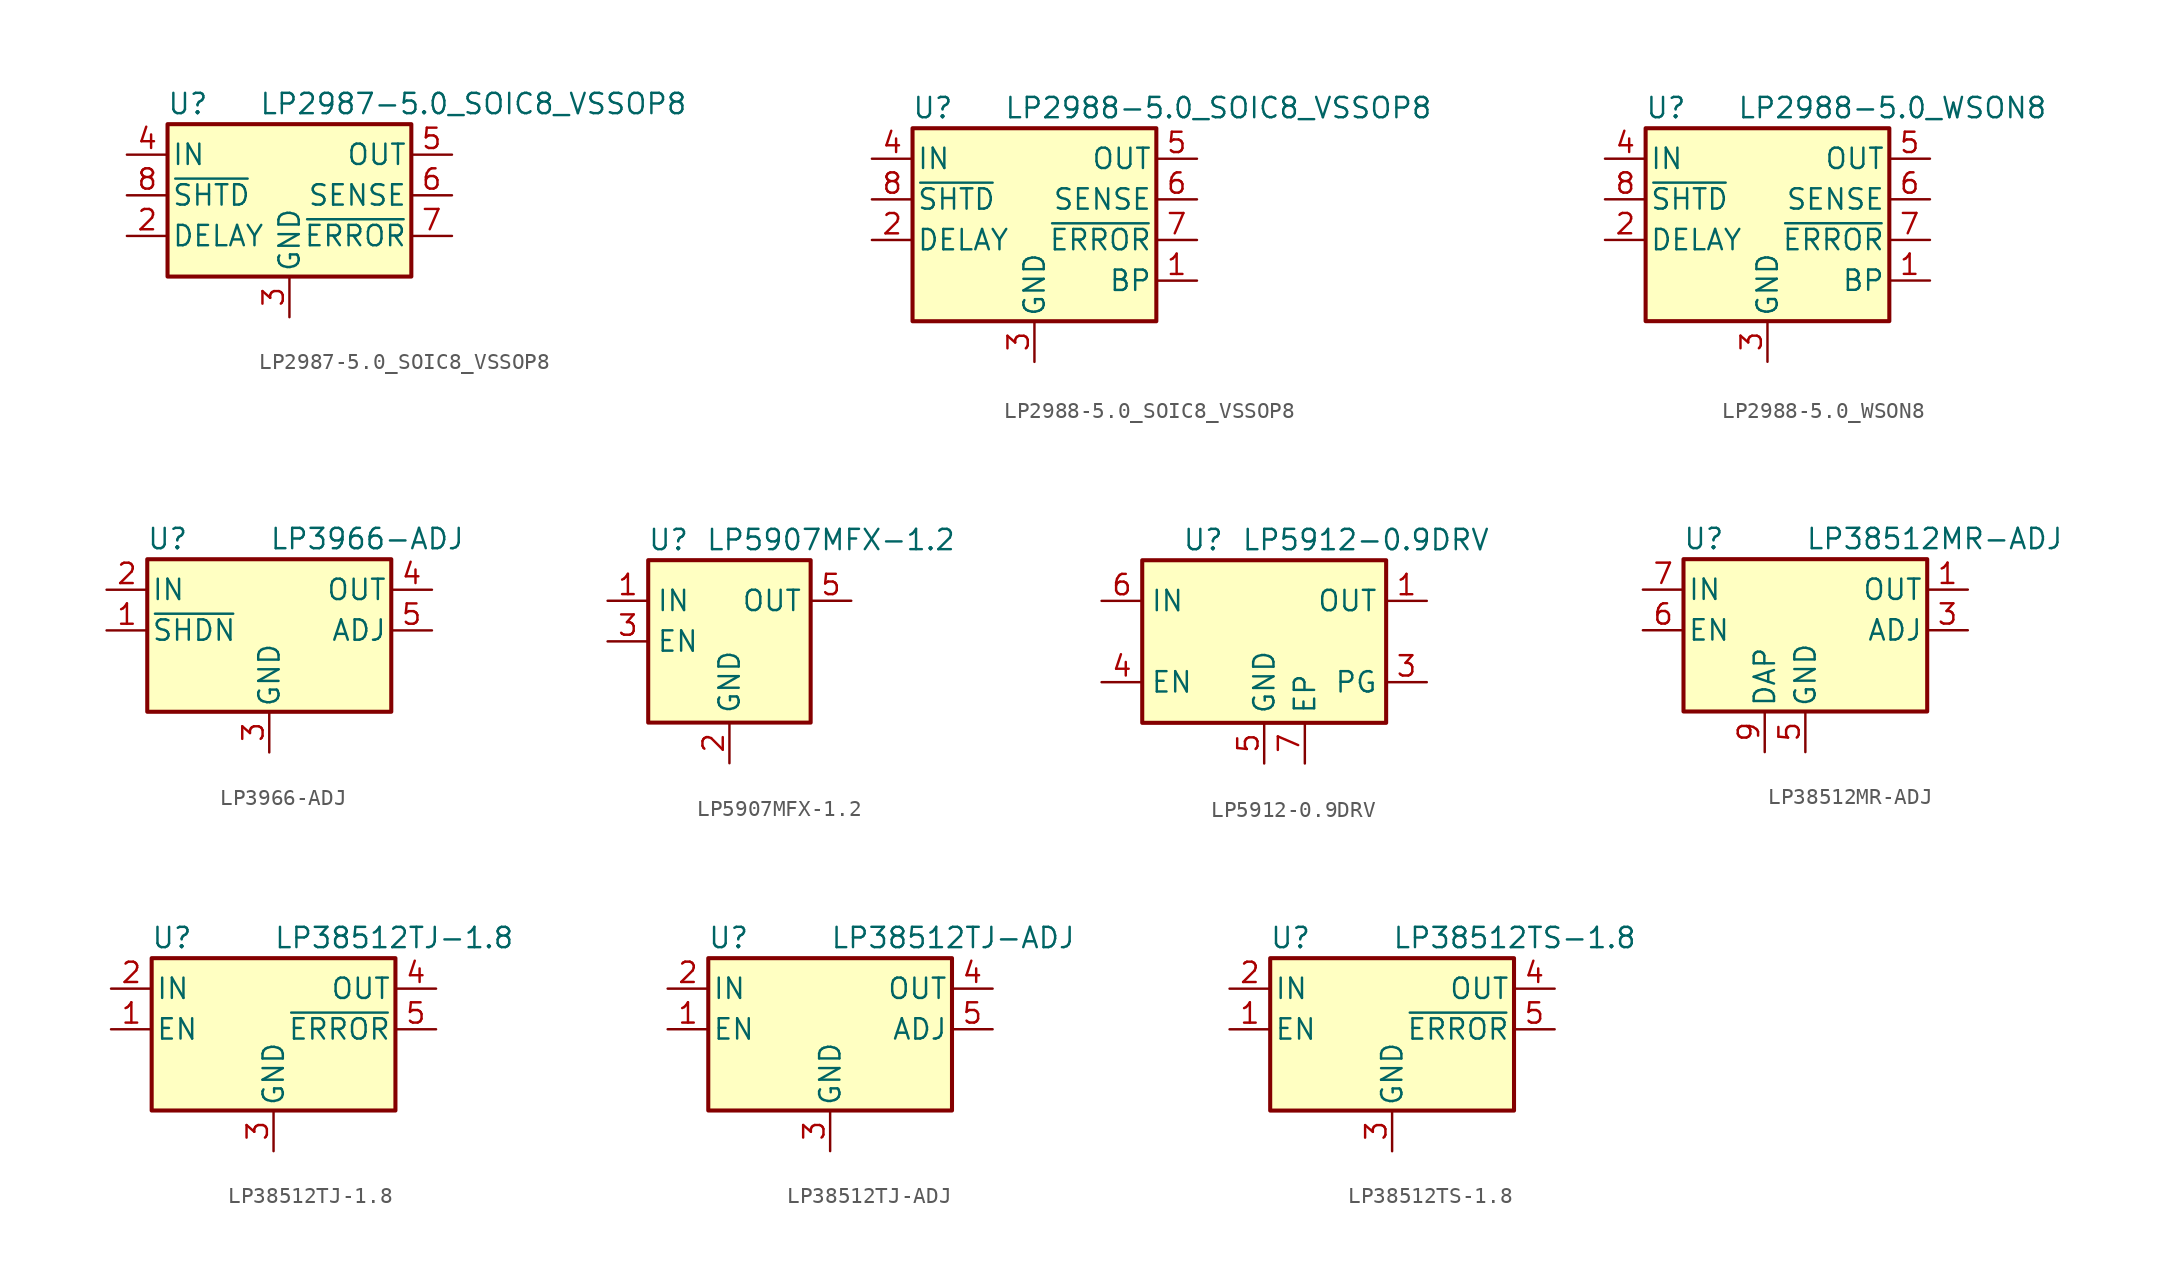
<source format=kicad_sym>
(kicad_symbol_lib
  (version 20211014)
  (generator kicad_symbol_editor)
  (symbol "LP2987-5.0_SOIC8_VSSOP8"
    (pin_names
      (offset 0.254))
    (property "Reference" "U"
      (at -6.35 5.715 0)
      (effects (font (size 1.27 1.27))))
    (property "Value" "LP2987-5.0_SOIC8_VSSOP8"
      (at -1.905 5.715 0)
      (effects (font (size 1.27 1.27)) (justify left)))
    (symbol "LP2987-5.0_SOIC8_VSSOP8_0_1"
      (rectangle (start -7.62 4.445) (end 7.62 -5.08) (stroke (width 0.254) (type default) (color 0 0 0 0)) (fill (type background))))
    (symbol "LP2987-5.0_SOIC8_VSSOP8_1_1"
      (pin no_connect line (at -2.54 -7.62 90) (length 2.54) hide (name "NC" (effects (font (size 1.27 1.27)))) (number "1" (effects (font (size 1.27 1.27)))))
      (pin passive line (at -10.16 -2.54 0) (length 2.54) (name "DELAY" (effects (font (size 1.27 1.27)))) (number "2" (effects (font (size 1.27 1.27)))))
      (pin power_in line (at 0 -7.62 90) (length 2.54) (name "GND" (effects (font (size 1.27 1.27)))) (number "3" (effects (font (size 1.27 1.27)))))
      (pin power_in line (at -10.16 2.54 0) (length 2.54) (name "IN" (effects (font (size 1.27 1.27)))) (number "4" (effects (font (size 1.27 1.27)))))
      (pin power_out line (at 10.16 2.54 180) (length 2.54) (name "OUT" (effects (font (size 1.27 1.27)))) (number "5" (effects (font (size 1.27 1.27)))))
      (pin input line (at 10.16 0 180) (length 2.54) (name "SENSE" (effects (font (size 1.27 1.27)))) (number "6" (effects (font (size 1.27 1.27)))))
      (pin output line (at 10.16 -2.54 180) (length 2.54) (name "~{ERROR}" (effects (font (size 1.27 1.27)))) (number "7" (effects (font (size 1.27 1.27)))))
      (pin input line (at -10.16 0 0) (length 2.54) (name "~{SHTD}" (effects (font (size 1.27 1.27)))) (number "8" (effects (font (size 1.27 1.27)))))))
  (symbol "LP2988-5.0_SOIC8_VSSOP8"
    (pin_names
      (offset 0.254))
    (property "Reference" "U"
      (at -6.35 5.715 0)
      (effects (font (size 1.27 1.27))))
    (property "Value" "LP2988-5.0_SOIC8_VSSOP8"
      (at -1.905 5.715 0)
      (effects (font (size 1.27 1.27)) (justify left)))
    (symbol "LP2988-5.0_SOIC8_VSSOP8_0_1"
      (rectangle (start -7.62 4.445) (end 7.62 -7.62) (stroke (width 0.254) (type default) (color 0 0 0 0)) (fill (type background))))
    (symbol "LP2988-5.0_SOIC8_VSSOP8_1_1"
      (pin passive line (at 10.16 -5.08 180) (length 2.54) (name "BP" (effects (font (size 1.27 1.27)))) (number "1" (effects (font (size 1.27 1.27)))))
      (pin passive line (at -10.16 -2.54 0) (length 2.54) (name "DELAY" (effects (font (size 1.27 1.27)))) (number "2" (effects (font (size 1.27 1.27)))))
      (pin power_in line (at 0 -10.16 90) (length 2.54) (name "GND" (effects (font (size 1.27 1.27)))) (number "3" (effects (font (size 1.27 1.27)))))
      (pin power_in line (at -10.16 2.54 0) (length 2.54) (name "IN" (effects (font (size 1.27 1.27)))) (number "4" (effects (font (size 1.27 1.27)))))
      (pin power_out line (at 10.16 2.54 180) (length 2.54) (name "OUT" (effects (font (size 1.27 1.27)))) (number "5" (effects (font (size 1.27 1.27)))))
      (pin input line (at 10.16 0 180) (length 2.54) (name "SENSE" (effects (font (size 1.27 1.27)))) (number "6" (effects (font (size 1.27 1.27)))))
      (pin output line (at 10.16 -2.54 180) (length 2.54) (name "~{ERROR}" (effects (font (size 1.27 1.27)))) (number "7" (effects (font (size 1.27 1.27)))))
      (pin input line (at -10.16 0 0) (length 2.54) (name "~{SHTD}" (effects (font (size 1.27 1.27)))) (number "8" (effects (font (size 1.27 1.27)))))))
  (symbol "LP2988-5.0_WSON8"
    (pin_names
      (offset 0.254))
    (property "Reference" "U"
      (at -6.35 5.715 0)
      (effects (font (size 1.27 1.27))))
    (property "Value" "LP2988-5.0_WSON8"
      (at -1.905 5.715 0)
      (effects (font (size 1.27 1.27)) (justify left)))
    (symbol "LP2988-5.0_WSON8_0_1"
      (rectangle (start -7.62 4.445) (end 7.62 -7.62) (stroke (width 0.254) (type default) (color 0 0 0 0)) (fill (type background))))
    (symbol "LP2988-5.0_WSON8_1_1"
      (pin passive line (at 10.16 -5.08 180) (length 2.54) (name "BP" (effects (font (size 1.27 1.27)))) (number "1" (effects (font (size 1.27 1.27)))))
      (pin passive line (at -10.16 -2.54 0) (length 2.54) (name "DELAY" (effects (font (size 1.27 1.27)))) (number "2" (effects (font (size 1.27 1.27)))))
      (pin power_in line (at 0 -10.16 90) (length 2.54) (name "GND" (effects (font (size 1.27 1.27)))) (number "3" (effects (font (size 1.27 1.27)))))
      (pin power_in line (at -10.16 2.54 0) (length 2.54) (name "IN" (effects (font (size 1.27 1.27)))) (number "4" (effects (font (size 1.27 1.27)))))
      (pin power_out line (at 10.16 2.54 180) (length 2.54) (name "OUT" (effects (font (size 1.27 1.27)))) (number "5" (effects (font (size 1.27 1.27)))))
      (pin input line (at 10.16 0 180) (length 2.54) (name "SENSE" (effects (font (size 1.27 1.27)))) (number "6" (effects (font (size 1.27 1.27)))))
      (pin output line (at 10.16 -2.54 180) (length 2.54) (name "~{ERROR}" (effects (font (size 1.27 1.27)))) (number "7" (effects (font (size 1.27 1.27)))))
      (pin input line (at -10.16 0 0) (length 2.54) (name "~{SHTD}" (effects (font (size 1.27 1.27)))) (number "8" (effects (font (size 1.27 1.27)))))
      (pin passive line (at 0 -10.16 90) (length 2.54) hide (name "GND" (effects (font (size 1.27 1.27)))) (number "9" (effects (font (size 1.27 1.27)))))))
  (symbol "LP3966-ADJ"
    (pin_names
      (offset 0.254))
    (property "Reference" "U"
      (at -6.35 5.715 0)
      (effects (font (size 1.27 1.27))))
    (property "Value" "LP3966-ADJ"
      (at 0 5.715 0)
      (effects (font (size 1.27 1.27)) (justify left)))
    (symbol "LP3966-ADJ_0_1"
      (rectangle (start -7.62 -5.08) (end 7.62 4.445) (stroke (width 0.254) (type default) (color 0 0 0 0)) (fill (type background))))
    (symbol "LP3966-ADJ_1_1"
      (pin input line (at -10.16 0 0) (length 2.54) (name "~{SHDN}" (effects (font (size 1.27 1.27)))) (number "1" (effects (font (size 1.27 1.27)))))
      (pin power_in line (at -10.16 2.54 0) (length 2.54) (name "IN" (effects (font (size 1.27 1.27)))) (number "2" (effects (font (size 1.27 1.27)))))
      (pin power_in line (at 0 -7.62 90) (length 2.54) (name "GND" (effects (font (size 1.27 1.27)))) (number "3" (effects (font (size 1.27 1.27)))))
      (pin power_out line (at 10.16 2.54 180) (length 2.54) (name "OUT" (effects (font (size 1.27 1.27)))) (number "4" (effects (font (size 1.27 1.27)))))
      (pin input line (at 10.16 0 180) (length 2.54) (name "ADJ" (effects (font (size 1.27 1.27)))) (number "5" (effects (font (size 1.27 1.27)))))))
  (symbol "LP5907MFX-1.2"
    (property "Reference" "U"
      (at -3.81 6.35 0)
      (effects (font (size 1.27 1.27))))
    (property "Value" "LP5907MFX-1.2"
      (at 6.35 6.35 0)
      (effects (font (size 1.27 1.27))))
    (symbol "LP5907MFX-1.2_0_1"
      (rectangle (start -5.08 -5.08) (end 5.08 5.08) (stroke (width 0.254) (type default) (color 0 0 0 0)) (fill (type background)))
      (pin power_in line (at -7.62 2.54 0) (length 2.54) (name "IN" (effects (font (size 1.27 1.27)))) (number "1" (effects (font (size 1.27 1.27)))))
      (pin power_in line (at 0 -7.62 90) (length 2.54) (name "GND" (effects (font (size 1.27 1.27)))) (number "2" (effects (font (size 1.27 1.27)))))
      (pin input line (at -7.62 0 0) (length 2.54) (name "EN" (effects (font (size 1.27 1.27)))) (number "3" (effects (font (size 1.27 1.27)))))
      (pin no_connect line (at 5.08 0 180) (length 2.54) hide (name "NC" (effects (font (size 1.27 1.27)))) (number "4" (effects (font (size 1.27 1.27)))))
      (pin power_out line (at 7.62 2.54 180) (length 2.54) (name "OUT" (effects (font (size 1.27 1.27)))) (number "5" (effects (font (size 1.27 1.27)))))))
  (symbol "LP5912-0.9DRV"
    (property "Reference" "U"
      (at -3.81 6.35 0)
      (effects (font (size 1.27 1.27))))
    (property "Value" "LP5912-0.9DRV"
      (at 6.35 6.35 0)
      (effects (font (size 1.27 1.27))))
    (symbol "LP5912-0.9DRV_0_1"
      (rectangle (start -7.62 -5.08) (end 7.62 5.08) (stroke (width 0.254) (type default) (color 0 0 0 0)) (fill (type background)))
      (pin power_out line (at 10.16 2.54 180) (length 2.54) (name "OUT" (effects (font (size 1.27 1.27)))) (number "1" (effects (font (size 1.27 1.27)))))
      (pin no_connect line (at 7.62 0 180) (length 2.54) hide (name "NC" (effects (font (size 1.27 1.27)))) (number "2" (effects (font (size 1.27 1.27)))))
      (pin input line (at -10.16 -2.54 0) (length 2.54) (name "EN" (effects (font (size 1.27 1.27)))) (number "4" (effects (font (size 1.27 1.27)))))
      (pin power_in line (at 0 -7.62 90) (length 2.54) (name "GND" (effects (font (size 1.27 1.27)))) (number "5" (effects (font (size 1.27 1.27)))))
      (pin power_in line (at -10.16 2.54 0) (length 2.54) (name "IN" (effects (font (size 1.27 1.27)))) (number "6" (effects (font (size 1.27 1.27))))))
    (symbol "LP5912-0.9DRV_1_1"
      (pin open_collector line (at 10.16 -2.54 180) (length 2.54) (name "PG" (effects (font (size 1.27 1.27)))) (number "3" (effects (font (size 1.27 1.27)))))
      (pin passive line (at 2.54 -7.62 90) (length 2.54) (name "EP" (effects (font (size 1.27 1.27)))) (number "7" (effects (font (size 1.27 1.27)))))))
  (symbol "LP38512MR-ADJ"
    (pin_names
      (offset 0.254))
    (property "Reference" "U"
      (at -6.35 5.715 0)
      (effects (font (size 1.27 1.27))))
    (property "Value" "LP38512MR-ADJ"
      (at 0 5.715 0)
      (effects (font (size 1.27 1.27)) (justify left)))
    (symbol "LP38512MR-ADJ_0_1"
      (rectangle (start -7.62 -5.08) (end 7.62 4.445) (stroke (width 0.254) (type default) (color 0 0 0 0)) (fill (type background))))
    (symbol "LP38512MR-ADJ_1_1"
      (pin power_out line (at 10.16 2.54 180) (length 2.54) (name "OUT" (effects (font (size 1.27 1.27)))) (number "1" (effects (font (size 1.27 1.27)))))
      (pin passive line (at 10.16 2.54 180) (length 2.54) hide (name "OUT" (effects (font (size 1.27 1.27)))) (number "2" (effects (font (size 1.27 1.27)))))
      (pin input line (at 10.16 0 180) (length 2.54) (name "ADJ" (effects (font (size 1.27 1.27)))) (number "3" (effects (font (size 1.27 1.27)))))
      (pin no_connect line (at -7.62 -2.54 0) (length 2.54) hide (name "NC" (effects (font (size 1.27 1.27)))) (number "4" (effects (font (size 1.27 1.27)))))
      (pin power_in line (at 0 -7.62 90) (length 2.54) (name "GND" (effects (font (size 1.27 1.27)))) (number "5" (effects (font (size 1.27 1.27)))))
      (pin input line (at -10.16 0 0) (length 2.54) (name "EN" (effects (font (size 1.27 1.27)))) (number "6" (effects (font (size 1.27 1.27)))))
      (pin power_in line (at -10.16 2.54 0) (length 2.54) (name "IN" (effects (font (size 1.27 1.27)))) (number "7" (effects (font (size 1.27 1.27)))))
      (pin passive line (at -10.16 2.54 0) (length 2.54) hide (name "IN" (effects (font (size 1.27 1.27)))) (number "8" (effects (font (size 1.27 1.27)))))
      (pin passive line (at -2.54 -7.62 90) (length 2.54) (name "DAP" (effects (font (size 1.27 1.27)))) (number "9" (effects (font (size 1.27 1.27)))))))
  (symbol "LP38512TJ-1.8"
    (pin_names
      (offset 0.254))
    (property "Reference" "U"
      (at -6.35 5.715 0)
      (effects (font (size 1.27 1.27))))
    (property "Value" "LP38512TJ-1.8"
      (at 0 5.715 0)
      (effects (font (size 1.27 1.27)) (justify left)))
    (symbol "LP38512TJ-1.8_0_1"
      (rectangle (start -7.62 -5.08) (end 7.62 4.445) (stroke (width 0.254) (type default) (color 0 0 0 0)) (fill (type background))))
    (symbol "LP38512TJ-1.8_1_1"
      (pin input line (at -10.16 0 0) (length 2.54) (name "EN" (effects (font (size 1.27 1.27)))) (number "1" (effects (font (size 1.27 1.27)))))
      (pin power_in line (at -10.16 2.54 0) (length 2.54) (name "IN" (effects (font (size 1.27 1.27)))) (number "2" (effects (font (size 1.27 1.27)))))
      (pin power_in line (at 0 -7.62 90) (length 2.54) (name "GND" (effects (font (size 1.27 1.27)))) (number "3" (effects (font (size 1.27 1.27)))))
      (pin power_out line (at 10.16 2.54 180) (length 2.54) (name "OUT" (effects (font (size 1.27 1.27)))) (number "4" (effects (font (size 1.27 1.27)))))
      (pin open_collector line (at 10.16 0 180) (length 2.54) (name "~{ERROR}" (effects (font (size 1.27 1.27)))) (number "5" (effects (font (size 1.27 1.27)))))
      (pin passive line (at 0 -7.62 90) (length 2.54) hide (name "GND" (effects (font (size 1.27 1.27)))) (number "6" (effects (font (size 1.27 1.27)))))))
  (symbol "LP38512TJ-ADJ"
    (pin_names
      (offset 0.254))
    (property "Reference" "U"
      (at -6.35 5.715 0)
      (effects (font (size 1.27 1.27))))
    (property "Value" "LP38512TJ-ADJ"
      (at 0 5.715 0)
      (effects (font (size 1.27 1.27)) (justify left)))
    (symbol "LP38512TJ-ADJ_0_1"
      (rectangle (start -7.62 -5.08) (end 7.62 4.445) (stroke (width 0.254) (type default) (color 0 0 0 0)) (fill (type background))))
    (symbol "LP38512TJ-ADJ_1_1"
      (pin input line (at -10.16 0 0) (length 2.54) (name "EN" (effects (font (size 1.27 1.27)))) (number "1" (effects (font (size 1.27 1.27)))))
      (pin power_in line (at -10.16 2.54 0) (length 2.54) (name "IN" (effects (font (size 1.27 1.27)))) (number "2" (effects (font (size 1.27 1.27)))))
      (pin power_in line (at 0 -7.62 90) (length 2.54) (name "GND" (effects (font (size 1.27 1.27)))) (number "3" (effects (font (size 1.27 1.27)))))
      (pin power_out line (at 10.16 2.54 180) (length 2.54) (name "OUT" (effects (font (size 1.27 1.27)))) (number "4" (effects (font (size 1.27 1.27)))))
      (pin input line (at 10.16 0 180) (length 2.54) (name "ADJ" (effects (font (size 1.27 1.27)))) (number "5" (effects (font (size 1.27 1.27)))))
      (pin passive line (at 0 -7.62 90) (length 2.54) hide (name "GND" (effects (font (size 1.27 1.27)))) (number "6" (effects (font (size 1.27 1.27)))))))
  (symbol "LP38512TS-1.8"
    (pin_names
      (offset 0.254))
    (property "Reference" "U"
      (at -6.35 5.715 0)
      (effects (font (size 1.27 1.27))))
    (property "Value" "LP38512TS-1.8"
      (at 0 5.715 0)
      (effects (font (size 1.27 1.27)) (justify left)))
    (symbol "LP38512TS-1.8_0_1"
      (rectangle (start -7.62 -5.08) (end 7.62 4.445) (stroke (width 0.254) (type default) (color 0 0 0 0)) (fill (type background))))
    (symbol "LP38512TS-1.8_1_1"
      (pin input line (at -10.16 0 0) (length 2.54) (name "EN" (effects (font (size 1.27 1.27)))) (number "1" (effects (font (size 1.27 1.27)))))
      (pin power_in line (at -10.16 2.54 0) (length 2.54) (name "IN" (effects (font (size 1.27 1.27)))) (number "2" (effects (font (size 1.27 1.27)))))
      (pin power_in line (at 0 -7.62 90) (length 2.54) (name "GND" (effects (font (size 1.27 1.27)))) (number "3" (effects (font (size 1.27 1.27)))))
      (pin power_out line (at 10.16 2.54 180) (length 2.54) (name "OUT" (effects (font (size 1.27 1.27)))) (number "4" (effects (font (size 1.27 1.27)))))
      (pin open_collector line (at 10.16 0 180) (length 2.54) (name "~{ERROR}" (effects (font (size 1.27 1.27)))) (number "5" (effects (font (size 1.27 1.27)))))
      (pin passive line (at 0 -7.62 90) (length 2.54) hide (name "GND" (effects (font (size 1.27 1.27)))) (number "6" (effects (font (size 1.27 1.27))))))))
</source>
